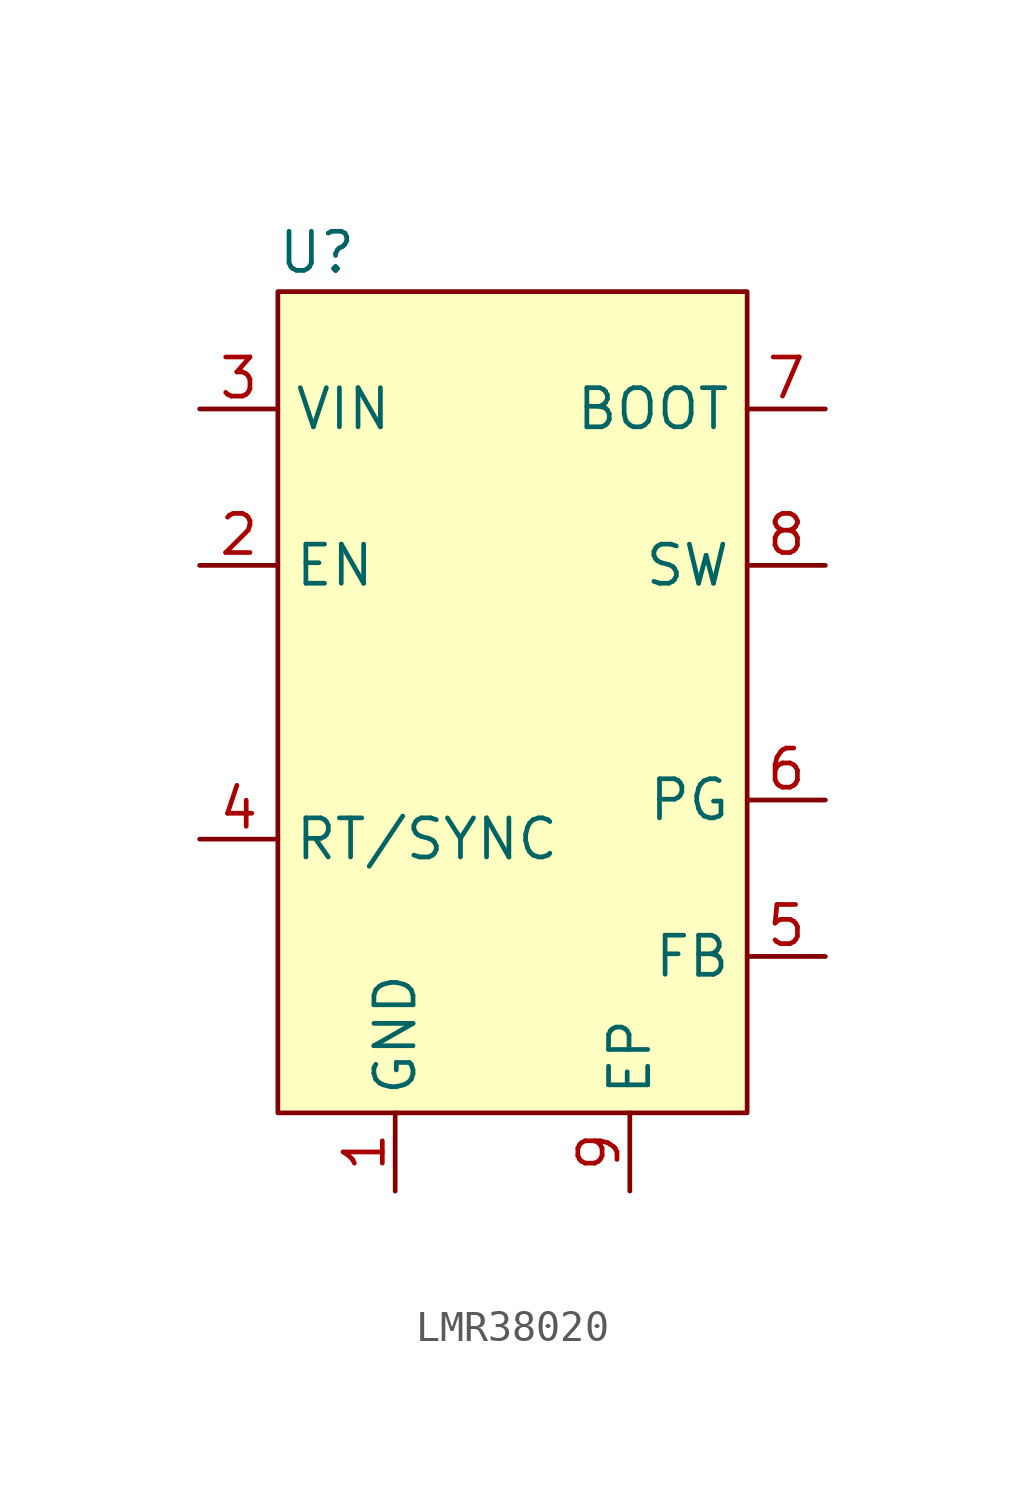
<source format=kicad_sym>
(kicad_symbol_lib
  (version 20220914)
  (generator kicad_symbol_editor)
  (symbol "LMR38020"
    (property "Reference" "U"
      (at -6.35 15.24 0)
      (effects (font (size 1.27 1.27))))
    (property "Value" ""
      (at -3.81 1.27 0)
      (effects (font (size 1.27 1.27))))
    (symbol "LMR38020_1_1"
      (rectangle (start -7.62 13.97) (end 7.62 -12.7) (stroke (width 0) (type default)) (fill (type background)))
      (pin power_in line (at -3.81 -15.24 90) (length 2.54) (name "GND" (effects (font (size 1.27 1.27)))) (number "1" (effects (font (size 1.27 1.27)))))
      (pin input line (at -10.16 5.08 0) (length 2.54) (name "EN" (effects (font (size 1.27 1.27)))) (number "2" (effects (font (size 1.27 1.27)))))
      (pin power_in line (at -10.16 10.16 0) (length 2.54) (name "VIN" (effects (font (size 1.27 1.27)))) (number "3" (effects (font (size 1.27 1.27)))))
      (pin input line (at -10.16 -3.81 0) (length 2.54) (name "RT/SYNC" (effects (font (size 1.27 1.27)))) (number "4" (effects (font (size 1.27 1.27)))))
      (pin input line (at 10.16 -7.62 180) (length 2.54) (name "FB" (effects (font (size 1.27 1.27)))) (number "5" (effects (font (size 1.27 1.27)))))
      (pin output line (at 10.16 -2.54 180) (length 2.54) (name "PG" (effects (font (size 1.27 1.27)))) (number "6" (effects (font (size 1.27 1.27)))))
      (pin passive line (at 10.16 10.16 180) (length 2.54) (name "BOOT" (effects (font (size 1.27 1.27)))) (number "7" (effects (font (size 1.27 1.27)))))
      (pin output line (at 10.16 5.08 180) (length 2.54) (name "SW" (effects (font (size 1.27 1.27)))) (number "8" (effects (font (size 1.27 1.27)))))
      (pin power_in line (at 3.81 -15.24 90) (length 2.54) (name "EP" (effects (font (size 1.27 1.27)))) (number "9" (effects (font (size 1.27 1.27))))))))
</source>
